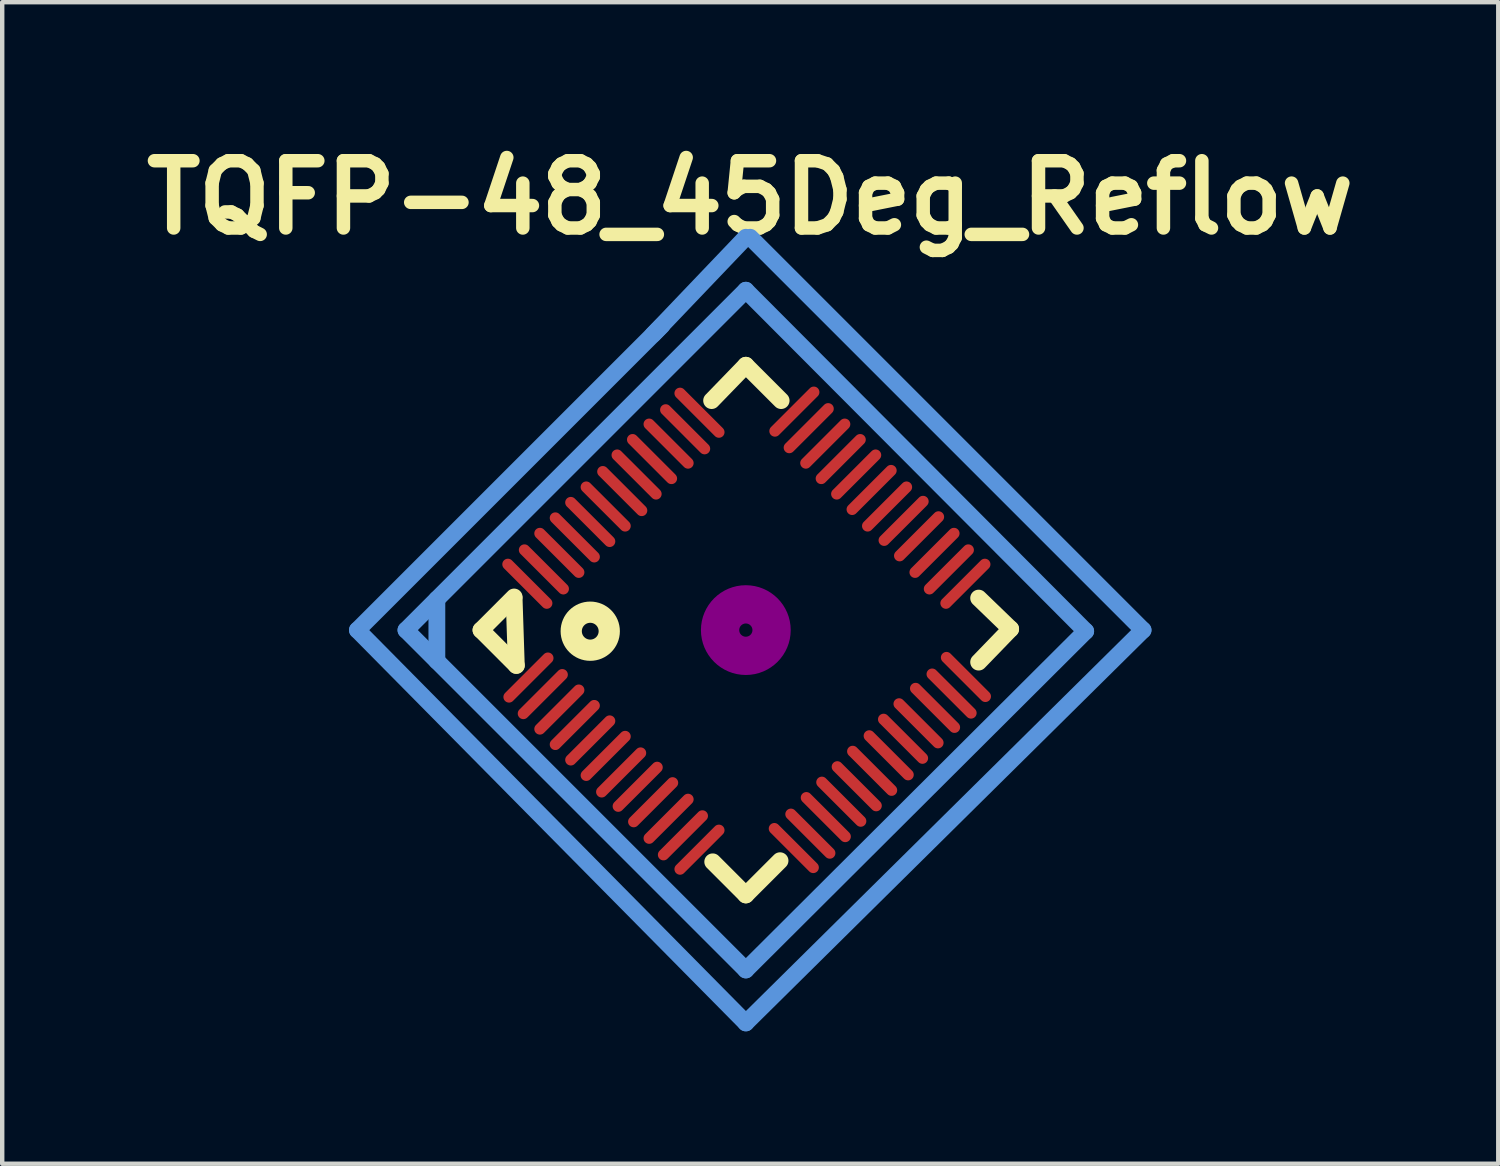
<source format=kicad_pcb>
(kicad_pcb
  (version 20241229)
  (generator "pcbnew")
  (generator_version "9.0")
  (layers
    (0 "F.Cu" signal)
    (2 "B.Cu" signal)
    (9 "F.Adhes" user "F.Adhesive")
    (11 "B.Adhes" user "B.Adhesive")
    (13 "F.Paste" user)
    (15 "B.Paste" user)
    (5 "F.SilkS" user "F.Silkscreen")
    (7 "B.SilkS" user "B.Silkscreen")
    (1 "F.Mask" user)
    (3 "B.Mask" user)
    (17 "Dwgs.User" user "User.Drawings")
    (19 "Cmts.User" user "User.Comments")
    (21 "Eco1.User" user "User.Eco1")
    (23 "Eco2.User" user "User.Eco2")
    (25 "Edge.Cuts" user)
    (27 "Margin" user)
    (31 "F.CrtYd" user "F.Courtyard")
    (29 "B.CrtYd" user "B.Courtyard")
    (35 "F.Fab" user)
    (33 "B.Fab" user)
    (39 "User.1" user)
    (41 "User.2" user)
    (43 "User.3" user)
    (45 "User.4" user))
  (footprint "TQFP-48_45Deg_Reflow"
    (layer "F.Cu")
    (at 13.848 11.226)
    (property "Reference" "TQFP-48_45Deg_Reflow" (at 0.1 -9.8 0) (layer "F.SilkS") (effects (font (size 1.524 1.524) (thickness 0.305))))
    (attr smd)
    (fp_line (start -6 0) (end -5.25 -0.75) (stroke (width 0.381) (type solid)) (layer "F.SilkS"))
    (fp_line (start -6 0) (end -5.2 0.8) (stroke (width 0.381) (type solid)) (layer "F.SilkS"))
    (fp_line (start -5.25 -0.725) (end -5.2 0.8) (stroke (width 0.381) (type solid)) (layer "F.SilkS"))
    (fp_line (start 0 -6) (end -0.775 -5.2) (stroke (width 0.381) (type solid)) (layer "F.SilkS"))
    (fp_line (start 0 -6) (end 0.8 -5.2) (stroke (width 0.381) (type solid)) (layer "F.SilkS"))
    (fp_line (start 0 6) (end -0.75 5.25) (stroke (width 0.381) (type solid)) (layer "F.SilkS"))
    (fp_line (start 0 6) (end 0.775 5.225) (stroke (width 0.381) (type solid)) (layer "F.SilkS"))
    (fp_line (start 5.275 -0.725) (end 6 -0.025) (stroke (width 0.381) (type solid)) (layer "F.SilkS"))
    (fp_line (start 6 -0.025) (end 5.275 0.725) (stroke (width 0.381) (type solid)) (layer "F.SilkS"))
    (fp_circle (center -3.525 0.025) (end -3.35 0.1) (stroke (width 0.381) (type solid)) (fill no) (layer "F.SilkS"))
    (fp_circle (center -3.525 0.025) (end -3.1 0.25) (stroke (width 0.381) (type solid)) (fill no) (layer "F.SilkS"))
    (fp_circle (center 0 0) (end 0.15 0) (stroke (width 0.381) (type solid)) (fill no) (layer "F.Adhes"))
    (fp_circle (center 0 0) (end 0.5 0.025) (stroke (width 0.381) (type solid)) (fill no) (layer "F.Adhes"))
    (fp_circle (center 0 0) (end 0.825 0.05) (stroke (width 0.381) (type solid)) (fill no) (layer "F.Adhes"))
    (fp_line (start -8.8 0) (end -1.9 -6.9) (stroke (width 0.381) (type solid)) (layer "Cmts.User"))
    (fp_line (start -7.7 0) (end 0 7.7) (stroke (width 0.381) (type solid)) (layer "Cmts.User"))
    (fp_line (start -7 -0.7) (end -7 0.7) (stroke (width 0.381) (type solid)) (layer "Cmts.User"))
    (fp_line (start -2.1 -6.7) (end 0 -8.9) (stroke (width 0.381) (type solid)) (layer "Cmts.User"))
    (fp_line (start 0 -7.7) (end -7.7 0) (stroke (width 0.381) (type solid)) (layer "Cmts.User"))
    (fp_line (start 0 7.7) (end 7.7 0.025) (stroke (width 0.381) (type solid)) (layer "Cmts.User"))
    (fp_line (start 0 8.9) (end -8.8 0) (stroke (width 0.381) (type solid)) (layer "Cmts.User"))
    (fp_line (start 0.1 -8.9) (end 9 0) (stroke (width 0.381) (type solid)) (layer "Cmts.User"))
    (fp_line (start 7.7 0.025) (end 0 -7.7) (stroke (width 0.381) (type solid)) (layer "Cmts.User"))
    (fp_line (start 9 0) (end 0 8.9) (stroke (width 0.381) (type solid)) (layer "Cmts.User"))
    (pad "1" smd oval (at -4.925 1.075 45) (size 1.5 0.254) (layers "F.Cu" "F.Mask" "F.Paste"))
    (pad "2" smd oval (at -4.6 1.45 45) (size 1.5 0.254) (layers "F.Cu" "F.Mask" "F.Paste"))
    (pad "3" smd oval (at -4.225 1.8 45) (size 1.5 0.254) (layers "F.Cu" "F.Mask" "F.Paste"))
    (pad "4" smd oval (at -3.875 2.15 45) (size 1.5 0.254) (layers "F.Cu" "F.Mask" "F.Paste"))
    (pad "5" smd oval (at -3.525 2.5 45) (size 1.5 0.254) (layers "F.Cu" "F.Mask" "F.Paste"))
    (pad "6" smd oval (at -3.175 2.85 45) (size 1.5 0.254) (layers "F.Cu" "F.Mask" "F.Paste"))
    (pad "7" smd oval (at -2.825 3.225 45) (size 1.5 0.254) (layers "F.Cu" "F.Mask" "F.Paste"))
    (pad "8" smd oval (at -2.45 3.55 45) (size 1.5 0.254) (layers "F.Cu" "F.Mask" "F.Paste"))
    (pad "9" smd oval (at -2.1 3.9 45) (size 1.5 0.254) (layers "F.Cu" "F.Mask" "F.Paste"))
    (pad "10" smd oval (at -1.75 4.275 45) (size 1.5 0.254) (layers "F.Cu" "F.Mask" "F.Paste"))
    (pad "11" smd oval (at -1.425 4.65 45) (size 1.5 0.254) (layers "F.Cu" "F.Mask" "F.Paste"))
    (pad "12" smd oval (at -1.05 4.975 45) (size 1.5 0.254) (layers "F.Cu" "F.Mask" "F.Paste"))
    (pad "13" smd oval (at 1.087 4.938 135) (size 1.5 0.254) (layers "F.Cu" "F.Mask" "F.Paste"))
    (pad "14" smd oval (at 1.462 4.612 135) (size 1.5 0.254) (layers "F.Cu" "F.Mask" "F.Paste"))
    (pad "15" smd oval (at 1.812 4.237 135) (size 1.5 0.254) (layers "F.Cu" "F.Mask" "F.Paste"))
    (pad "16" smd oval (at 2.163 3.888 135) (size 1.5 0.254) (layers "F.Cu" "F.Mask" "F.Paste"))
    (pad "17" smd oval (at 2.513 3.538 135) (size 1.5 0.254) (layers "F.Cu" "F.Mask" "F.Paste"))
    (pad "18" smd oval (at 2.862 3.188 135) (size 1.5 0.254) (layers "F.Cu" "F.Mask" "F.Paste"))
    (pad "19" smd oval (at 3.237 2.837 135) (size 1.5 0.254) (layers "F.Cu" "F.Mask" "F.Paste"))
    (pad "20" smd oval (at 3.562 2.462 135) (size 1.5 0.254) (layers "F.Cu" "F.Mask" "F.Paste"))
    (pad "21" smd oval (at 3.913 2.112 135) (size 1.5 0.254) (layers "F.Cu" "F.Mask" "F.Paste"))
    (pad "22" smd oval (at 4.287 1.762 135) (size 1.5 0.254) (layers "F.Cu" "F.Mask" "F.Paste"))
    (pad "23" smd oval (at 4.662 1.438 135) (size 1.5 0.254) (layers "F.Cu" "F.Mask" "F.Paste"))
    (pad "24" smd oval (at 4.987 1.062 135) (size 1.5 0.254) (layers "F.Cu" "F.Mask" "F.Paste"))
    (pad "25" smd oval (at 4.975 -1.05 45) (size 1.5 0.254) (layers "F.Cu" "F.Mask" "F.Paste"))
    (pad "26" smd oval (at 4.6 -1.375 45) (size 1.5 0.254) (layers "F.Cu" "F.Mask" "F.Paste"))
    (pad "27" smd oval (at 4.275 -1.75 45) (size 1.5 0.254) (layers "F.Cu" "F.Mask" "F.Paste"))
    (pad "28" smd oval (at 3.925 -2.125 45) (size 1.5 0.254) (layers "F.Cu" "F.Mask" "F.Paste"))
    (pad "29" smd oval (at 3.575 -2.475 45) (size 1.5 0.254) (layers "F.Cu" "F.Mask" "F.Paste"))
    (pad "30" smd oval (at 3.2 -2.8 45) (size 1.5 0.254) (layers "F.Cu" "F.Mask" "F.Paste"))
    (pad "31" smd oval (at 2.85 -3.175 45) (size 1.5 0.254) (layers "F.Cu" "F.Mask" "F.Paste"))
    (pad "32" smd oval (at 2.5 -3.525 45) (size 1.5 0.254) (layers "F.Cu" "F.Mask" "F.Paste"))
    (pad "33" smd oval (at 2.15 -3.875 45) (size 1.5 0.254) (layers "F.Cu" "F.Mask" "F.Paste"))
    (pad "34" smd oval (at 1.8 -4.225 45) (size 1.5 0.254) (layers "F.Cu" "F.Mask" "F.Paste"))
    (pad "35" smd oval (at 1.425 -4.575 45) (size 1.5 0.254) (layers "F.Cu" "F.Mask" "F.Paste"))
    (pad "36" smd oval (at 1.1 -4.95 45) (size 1.5 0.254) (layers "F.Cu" "F.Mask" "F.Paste"))
    (pad "37" smd oval (at -1.05 -4.925 135) (size 1.5 0.254) (layers "F.Cu" "F.Mask" "F.Paste"))
    (pad "38" smd oval (at -1.375 -4.55 135) (size 1.5 0.254) (layers "F.Cu" "F.Mask" "F.Paste"))
    (pad "39" smd oval (at -1.75 -4.225 135) (size 1.5 0.254) (layers "F.Cu" "F.Mask" "F.Paste"))
    (pad "40" smd oval (at -2.125 -3.875 135) (size 1.5 0.254) (layers "F.Cu" "F.Mask" "F.Paste"))
    (pad "41" smd oval (at -2.475 -3.525 135) (size 1.5 0.254) (layers "F.Cu" "F.Mask" "F.Paste"))
    (pad "42" smd oval (at -2.8 -3.15 135) (size 1.5 0.254) (layers "F.Cu" "F.Mask" "F.Paste"))
    (pad "43" smd oval (at -3.175 -2.8 135) (size 1.5 0.254) (layers "F.Cu" "F.Mask" "F.Paste"))
    (pad "44" smd oval (at -3.525 -2.45 135) (size 1.5 0.254) (layers "F.Cu" "F.Mask" "F.Paste"))
    (pad "45" smd oval (at -3.875 -2.1 135) (size 1.5 0.254) (layers "F.Cu" "F.Mask" "F.Paste"))
    (pad "46" smd oval (at -4.225 -1.75 135) (size 1.5 0.254) (layers "F.Cu" "F.Mask" "F.Paste"))
    (pad "47" smd oval (at -4.575 -1.375 135) (size 1.5 0.254) (layers "F.Cu" "F.Mask" "F.Paste"))
    (pad "48" smd oval (at -4.95 -1.05 135) (size 1.5 0.254) (layers "F.Cu" "F.Mask" "F.Paste")))
  (gr_rect
    (start -3 -3)
    (end 30.896 23.317)
    (stroke (width 0.1) (type default))
    (fill no)
    (layer "Edge.Cuts")))
</source>
